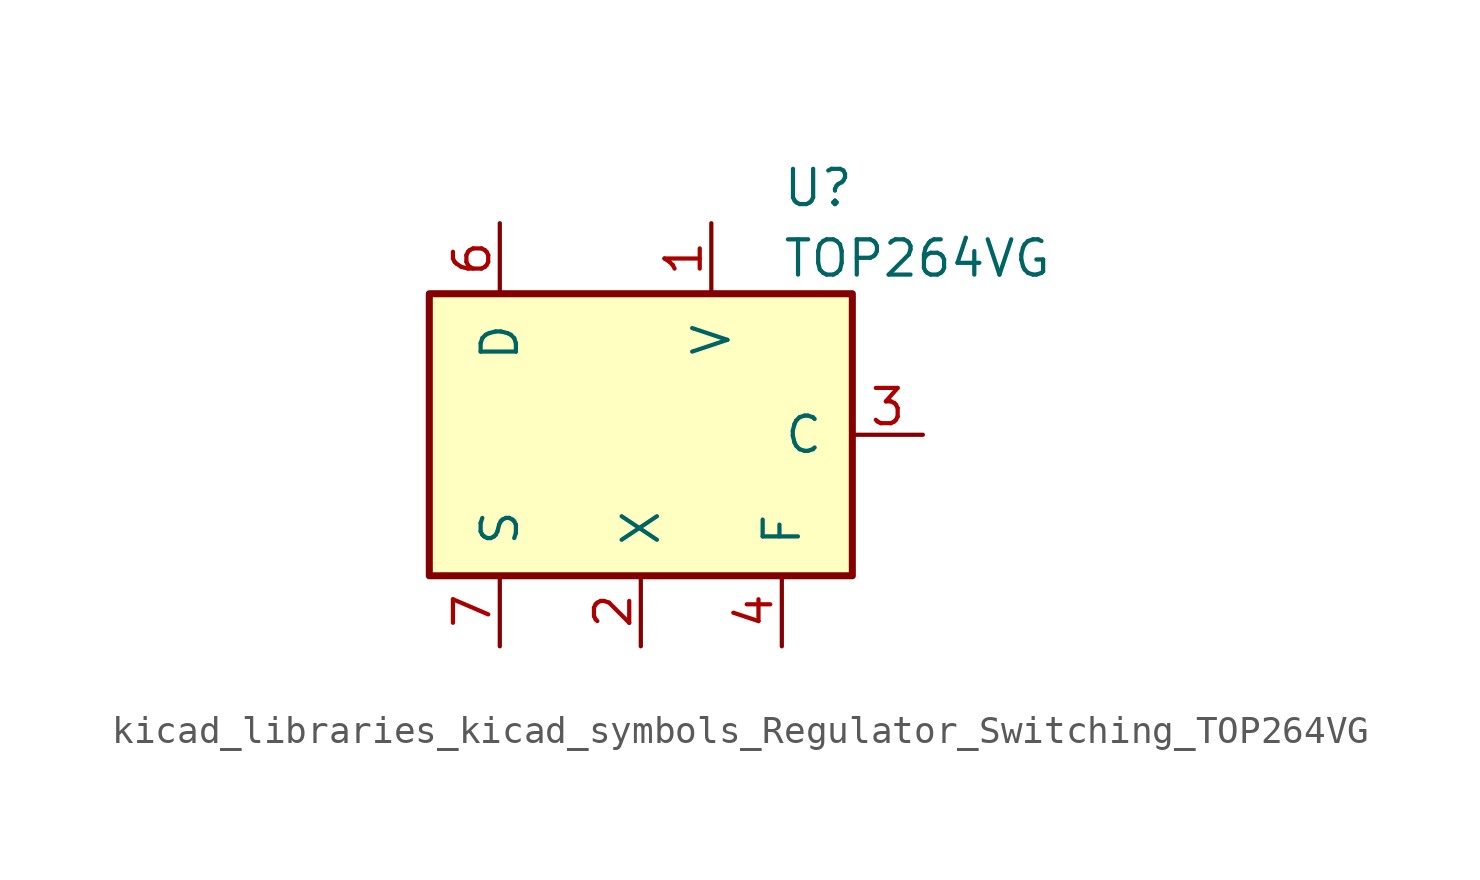
<source format=kicad_sym>
(kicad_symbol_lib
  (version 20220914)
  (generator kicad_symbol_editor)
  (symbol "kicad_libraries_kicad_symbols_Regulator_Switching_TOP264VG"
    (pin_names
      (offset 1.016))
    (property "Reference" "U"
      (at 5.08 8.89 0)
      (effects (font (size 1.27 1.27)) (justify left)))
    (property "Value" "TOP264VG"
      (at 5.08 6.35 0)
      (effects (font (size 1.27 1.27)) (justify left)))
    (symbol "kicad_libraries_kicad_symbols_Regulator_Switching_TOP264VG_0_1"
      (rectangle (start -7.62 5.08) (end 7.62 -5.08) (stroke (width 0.254) (type default)) (fill (type background))))
    (symbol "kicad_libraries_kicad_symbols_Regulator_Switching_TOP264VG_1_1"
      (pin input line (at 2.54 7.62 270) (length 2.54) (name "V" (effects (font (size 1.27 1.27)))) (number "1" (effects (font (size 1.27 1.27)))))
      (pin passive line (at -5.08 -7.62 90) (length 2.54) hide (name "S" (effects (font (size 1.27 1.27)))) (number "10" (effects (font (size 1.27 1.27)))))
      (pin passive line (at -5.08 -7.62 90) (length 2.54) hide (name "S" (effects (font (size 1.27 1.27)))) (number "11" (effects (font (size 1.27 1.27)))))
      (pin passive line (at -5.08 -7.62 90) (length 2.54) hide (name "S" (effects (font (size 1.27 1.27)))) (number "12" (effects (font (size 1.27 1.27)))))
      (pin input line (at 0 -7.62 90) (length 2.54) (name "X" (effects (font (size 1.27 1.27)))) (number "2" (effects (font (size 1.27 1.27)))))
      (pin input line (at 10.16 0 180) (length 2.54) (name "C" (effects (font (size 1.27 1.27)))) (number "3" (effects (font (size 1.27 1.27)))))
      (pin passive line (at 5.08 -7.62 90) (length 2.54) (name "F" (effects (font (size 1.27 1.27)))) (number "4" (effects (font (size 1.27 1.27)))))
      (pin open_collector line (at -5.08 7.62 270) (length 2.54) (name "D" (effects (font (size 1.27 1.27)))) (number "6" (effects (font (size 1.27 1.27)))))
      (pin power_in line (at -5.08 -7.62 90) (length 2.54) (name "S" (effects (font (size 1.27 1.27)))) (number "7" (effects (font (size 1.27 1.27)))))
      (pin passive line (at -5.08 -7.62 90) (length 2.54) hide (name "S" (effects (font (size 1.27 1.27)))) (number "8" (effects (font (size 1.27 1.27)))))
      (pin passive line (at -5.08 -7.62 90) (length 2.54) hide (name "S" (effects (font (size 1.27 1.27)))) (number "9" (effects (font (size 1.27 1.27))))))))
</source>
